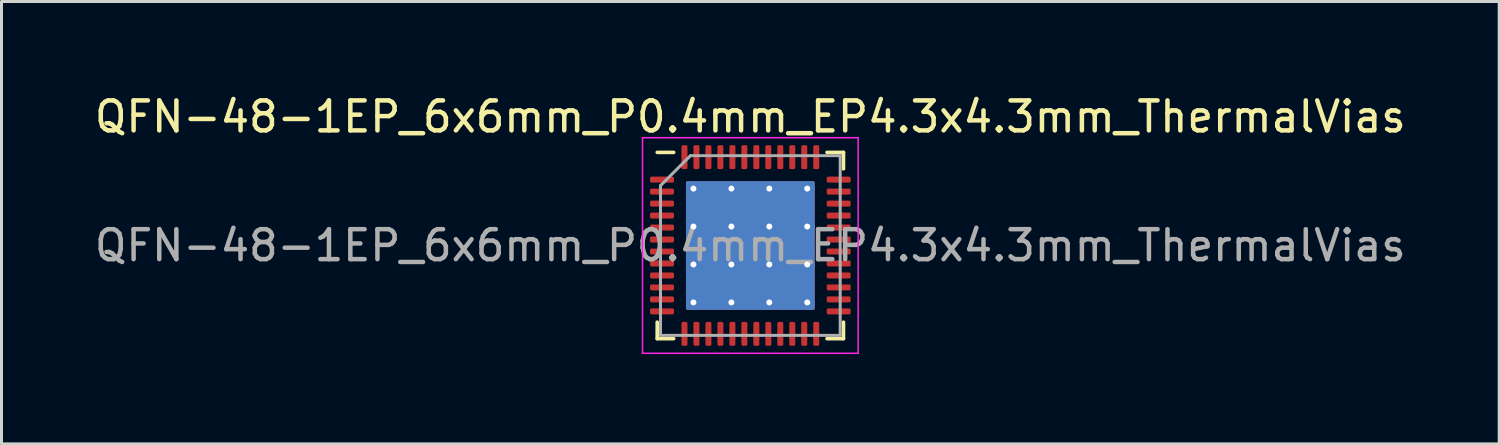
<source format=kicad_pcb>
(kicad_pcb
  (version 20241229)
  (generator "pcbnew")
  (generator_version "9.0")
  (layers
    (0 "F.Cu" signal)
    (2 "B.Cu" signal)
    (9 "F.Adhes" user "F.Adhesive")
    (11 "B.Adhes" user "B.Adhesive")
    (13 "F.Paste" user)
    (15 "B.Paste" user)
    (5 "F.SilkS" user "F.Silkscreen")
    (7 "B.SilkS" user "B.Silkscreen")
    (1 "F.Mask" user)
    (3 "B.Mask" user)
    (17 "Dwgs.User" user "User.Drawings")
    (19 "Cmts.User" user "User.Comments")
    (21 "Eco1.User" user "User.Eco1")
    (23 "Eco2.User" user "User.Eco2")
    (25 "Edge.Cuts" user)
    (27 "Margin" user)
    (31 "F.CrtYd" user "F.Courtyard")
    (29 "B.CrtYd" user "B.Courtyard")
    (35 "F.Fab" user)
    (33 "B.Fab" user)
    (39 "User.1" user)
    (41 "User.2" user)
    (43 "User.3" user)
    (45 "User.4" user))
  (footprint "QFN-48-1EP_6x6mm_P0.4mm_EP4.3x4.3mm_ThermalVias"
    (layer "F.Cu")
    (at 22.006 5.148)
    (property "Reference" "QFN-48-1EP_6x6mm_P0.4mm_EP4.3x4.3mm_ThermalVias" (at 0 -4.3 0) (layer "F.SilkS") (effects (font (size 1 1) (thickness 0.15))))
    (attr smd)
    (fp_line (start -3.11 3.11) (end -3.11 2.56) (stroke (width 0.12) (type solid)) (layer "F.SilkS"))
    (fp_line (start -2.56 -3.11) (end -3.11 -3.11) (stroke (width 0.12) (type solid)) (layer "F.SilkS"))
    (fp_line (start -2.56 3.11) (end -3.11 3.11) (stroke (width 0.12) (type solid)) (layer "F.SilkS"))
    (fp_line (start 2.56 -3.11) (end 3.11 -3.11) (stroke (width 0.12) (type solid)) (layer "F.SilkS"))
    (fp_line (start 2.56 3.11) (end 3.11 3.11) (stroke (width 0.12) (type solid)) (layer "F.SilkS"))
    (fp_line (start 3.11 -3.11) (end 3.11 -2.56) (stroke (width 0.12) (type solid)) (layer "F.SilkS"))
    (fp_line (start 3.11 3.11) (end 3.11 2.56) (stroke (width 0.12) (type solid)) (layer "F.SilkS"))
    (fp_line (start -3.6 -3.6) (end -3.6 3.6) (stroke (width 0.05) (type solid)) (layer "F.CrtYd"))
    (fp_line (start -3.6 3.6) (end 3.6 3.6) (stroke (width 0.05) (type solid)) (layer "F.CrtYd"))
    (fp_line (start 3.6 -3.6) (end -3.6 -3.6) (stroke (width 0.05) (type solid)) (layer "F.CrtYd"))
    (fp_line (start 3.6 3.6) (end 3.6 -3.6) (stroke (width 0.05) (type solid)) (layer "F.CrtYd"))
    (fp_line (start -3 -2) (end -2 -3) (stroke (width 0.1) (type solid)) (layer "F.Fab"))
    (fp_line (start -3 3) (end -3 -2) (stroke (width 0.1) (type solid)) (layer "F.Fab"))
    (fp_line (start -2 -3) (end 3 -3) (stroke (width 0.1) (type solid)) (layer "F.Fab"))
    (fp_line (start 3 -3) (end 3 3) (stroke (width 0.1) (type solid)) (layer "F.Fab"))
    (fp_line (start 3 3) (end -3 3) (stroke (width 0.1) (type solid)) (layer "F.Fab"))
    (fp_text user "${REFERENCE}" (at 0 0 0) (layer "F.Fab") (effects (font (size 1 1) (thickness 0.15))))
    (pad "" smd custom (at -1.267 -1.267) (size 1.034 1.034) (layers "F.Paste") (options (anchor circle)) (primitives (gr_poly (pts (xy -0.456 -0.356) (xy -0.356 -0.456) (xy 0.356 -0.456) (xy 0.456 -0.356) (xy 0.456 0.356) (xy 0.356 0.456) (xy -0.356 0.456) (xy -0.456 0.356)) (width 0.243) (fill yes))))
    (pad "" smd custom (at -1.267 0) (size 1.034 1.034) (layers "F.Paste") (options (anchor circle)) (primitives (gr_poly (pts (xy -0.456 -0.356) (xy -0.356 -0.456) (xy 0.356 -0.456) (xy 0.456 -0.356) (xy 0.456 0.356) (xy 0.356 0.456) (xy -0.356 0.456) (xy -0.456 0.356)) (width 0.243) (fill yes))))
    (pad "" smd custom (at -1.267 1.267) (size 1.034 1.034) (layers "F.Paste") (options (anchor circle)) (primitives (gr_poly (pts (xy -0.456 -0.356) (xy -0.356 -0.456) (xy 0.356 -0.456) (xy 0.456 -0.356) (xy 0.456 0.356) (xy 0.356 0.456) (xy -0.356 0.456) (xy -0.456 0.356)) (width 0.243) (fill yes))))
    (pad "" smd custom (at 0 -1.267) (size 1.034 1.034) (layers "F.Paste") (options (anchor circle)) (primitives (gr_poly (pts (xy -0.456 -0.356) (xy -0.356 -0.456) (xy 0.356 -0.456) (xy 0.456 -0.356) (xy 0.456 0.356) (xy 0.356 0.456) (xy -0.356 0.456) (xy -0.456 0.356)) (width 0.243) (fill yes))))
    (pad "" smd custom (at 0 0) (size 1.034 1.034) (layers "F.Paste") (options (anchor circle)) (primitives (gr_poly (pts (xy -0.456 -0.356) (xy -0.356 -0.456) (xy 0.356 -0.456) (xy 0.456 -0.356) (xy 0.456 0.356) (xy 0.356 0.456) (xy -0.356 0.456) (xy -0.456 0.356)) (width 0.243) (fill yes))))
    (pad "" smd custom (at 0 1.267) (size 1.034 1.034) (layers "F.Paste") (options (anchor circle)) (primitives (gr_poly (pts (xy -0.456 -0.356) (xy -0.356 -0.456) (xy 0.356 -0.456) (xy 0.456 -0.356) (xy 0.456 0.356) (xy 0.356 0.456) (xy -0.356 0.456) (xy -0.456 0.356)) (width 0.243) (fill yes))))
    (pad "" smd custom (at 1.267 -1.267) (size 1.034 1.034) (layers "F.Paste") (options (anchor circle)) (primitives (gr_poly (pts (xy -0.456 -0.356) (xy -0.356 -0.456) (xy 0.356 -0.456) (xy 0.456 -0.356) (xy 0.456 0.356) (xy 0.356 0.456) (xy -0.356 0.456) (xy -0.456 0.356)) (width 0.243) (fill yes))))
    (pad "" smd custom (at 1.267 0) (size 1.034 1.034) (layers "F.Paste") (options (anchor circle)) (primitives (gr_poly (pts (xy -0.456 -0.356) (xy -0.356 -0.456) (xy 0.356 -0.456) (xy 0.456 -0.356) (xy 0.456 0.356) (xy 0.356 0.456) (xy -0.356 0.456) (xy -0.456 0.356)) (width 0.243) (fill yes))))
    (pad "" smd custom (at 1.267 1.267) (size 1.034 1.034) (layers "F.Paste") (options (anchor circle)) (primitives (gr_poly (pts (xy -0.456 -0.356) (xy -0.356 -0.456) (xy 0.356 -0.456) (xy 0.456 -0.356) (xy 0.456 0.356) (xy 0.356 0.456) (xy -0.356 0.456) (xy -0.456 0.356)) (width 0.243) (fill yes))))
    (pad "1" smd roundrect (at -2.95 -2.2) (size 0.8 0.2) (layers "F.Cu" "F.Mask" "F.Paste") (roundrect_rratio 0.25))
    (pad "2" smd roundrect (at -2.95 -1.8) (size 0.8 0.2) (layers "F.Cu" "F.Mask" "F.Paste") (roundrect_rratio 0.25))
    (pad "3" smd roundrect (at -2.95 -1.4) (size 0.8 0.2) (layers "F.Cu" "F.Mask" "F.Paste") (roundrect_rratio 0.25))
    (pad "4" smd roundrect (at -2.95 -1) (size 0.8 0.2) (layers "F.Cu" "F.Mask" "F.Paste") (roundrect_rratio 0.25))
    (pad "5" smd roundrect (at -2.95 -0.6) (size 0.8 0.2) (layers "F.Cu" "F.Mask" "F.Paste") (roundrect_rratio 0.25))
    (pad "6" smd roundrect (at -2.95 -0.2) (size 0.8 0.2) (layers "F.Cu" "F.Mask" "F.Paste") (roundrect_rratio 0.25))
    (pad "7" smd roundrect (at -2.95 0.2) (size 0.8 0.2) (layers "F.Cu" "F.Mask" "F.Paste") (roundrect_rratio 0.25))
    (pad "8" smd roundrect (at -2.95 0.6) (size 0.8 0.2) (layers "F.Cu" "F.Mask" "F.Paste") (roundrect_rratio 0.25))
    (pad "9" smd roundrect (at -2.95 1) (size 0.8 0.2) (layers "F.Cu" "F.Mask" "F.Paste") (roundrect_rratio 0.25))
    (pad "10" smd roundrect (at -2.95 1.4) (size 0.8 0.2) (layers "F.Cu" "F.Mask" "F.Paste") (roundrect_rratio 0.25))
    (pad "11" smd roundrect (at -2.95 1.8) (size 0.8 0.2) (layers "F.Cu" "F.Mask" "F.Paste") (roundrect_rratio 0.25))
    (pad "12" smd roundrect (at -2.95 2.2) (size 0.8 0.2) (layers "F.Cu" "F.Mask" "F.Paste") (roundrect_rratio 0.25))
    (pad "13" smd roundrect (at -2.2 2.95) (size 0.2 0.8) (layers "F.Cu" "F.Mask" "F.Paste") (roundrect_rratio 0.25))
    (pad "14" smd roundrect (at -1.8 2.95) (size 0.2 0.8) (layers "F.Cu" "F.Mask" "F.Paste") (roundrect_rratio 0.25))
    (pad "15" smd roundrect (at -1.4 2.95) (size 0.2 0.8) (layers "F.Cu" "F.Mask" "F.Paste") (roundrect_rratio 0.25))
    (pad "16" smd roundrect (at -1 2.95) (size 0.2 0.8) (layers "F.Cu" "F.Mask" "F.Paste") (roundrect_rratio 0.25))
    (pad "17" smd roundrect (at -0.6 2.95) (size 0.2 0.8) (layers "F.Cu" "F.Mask" "F.Paste") (roundrect_rratio 0.25))
    (pad "18" smd roundrect (at -0.2 2.95) (size 0.2 0.8) (layers "F.Cu" "F.Mask" "F.Paste") (roundrect_rratio 0.25))
    (pad "19" smd roundrect (at 0.2 2.95) (size 0.2 0.8) (layers "F.Cu" "F.Mask" "F.Paste") (roundrect_rratio 0.25))
    (pad "20" smd roundrect (at 0.6 2.95) (size 0.2 0.8) (layers "F.Cu" "F.Mask" "F.Paste") (roundrect_rratio 0.25))
    (pad "21" smd roundrect (at 1 2.95) (size 0.2 0.8) (layers "F.Cu" "F.Mask" "F.Paste") (roundrect_rratio 0.25))
    (pad "22" smd roundrect (at 1.4 2.95) (size 0.2 0.8) (layers "F.Cu" "F.Mask" "F.Paste") (roundrect_rratio 0.25))
    (pad "23" smd roundrect (at 1.8 2.95) (size 0.2 0.8) (layers "F.Cu" "F.Mask" "F.Paste") (roundrect_rratio 0.25))
    (pad "24" smd roundrect (at 2.2 2.95) (size 0.2 0.8) (layers "F.Cu" "F.Mask" "F.Paste") (roundrect_rratio 0.25))
    (pad "25" smd roundrect (at 2.95 2.2) (size 0.8 0.2) (layers "F.Cu" "F.Mask" "F.Paste") (roundrect_rratio 0.25))
    (pad "26" smd roundrect (at 2.95 1.8) (size 0.8 0.2) (layers "F.Cu" "F.Mask" "F.Paste") (roundrect_rratio 0.25))
    (pad "27" smd roundrect (at 2.95 1.4) (size 0.8 0.2) (layers "F.Cu" "F.Mask" "F.Paste") (roundrect_rratio 0.25))
    (pad "28" smd roundrect (at 2.95 1) (size 0.8 0.2) (layers "F.Cu" "F.Mask" "F.Paste") (roundrect_rratio 0.25))
    (pad "29" smd roundrect (at 2.95 0.6) (size 0.8 0.2) (layers "F.Cu" "F.Mask" "F.Paste") (roundrect_rratio 0.25))
    (pad "30" smd roundrect (at 2.95 0.2) (size 0.8 0.2) (layers "F.Cu" "F.Mask" "F.Paste") (roundrect_rratio 0.25))
    (pad "31" smd roundrect (at 2.95 -0.2) (size 0.8 0.2) (layers "F.Cu" "F.Mask" "F.Paste") (roundrect_rratio 0.25))
    (pad "32" smd roundrect (at 2.95 -0.6) (size 0.8 0.2) (layers "F.Cu" "F.Mask" "F.Paste") (roundrect_rratio 0.25))
    (pad "33" smd roundrect (at 2.95 -1) (size 0.8 0.2) (layers "F.Cu" "F.Mask" "F.Paste") (roundrect_rratio 0.25))
    (pad "34" smd roundrect (at 2.95 -1.4) (size 0.8 0.2) (layers "F.Cu" "F.Mask" "F.Paste") (roundrect_rratio 0.25))
    (pad "35" smd roundrect (at 2.95 -1.8) (size 0.8 0.2) (layers "F.Cu" "F.Mask" "F.Paste") (roundrect_rratio 0.25))
    (pad "36" smd roundrect (at 2.95 -2.2) (size 0.8 0.2) (layers "F.Cu" "F.Mask" "F.Paste") (roundrect_rratio 0.25))
    (pad "37" smd roundrect (at 2.2 -2.95) (size 0.2 0.8) (layers "F.Cu" "F.Mask" "F.Paste") (roundrect_rratio 0.25))
    (pad "38" smd roundrect (at 1.8 -2.95) (size 0.2 0.8) (layers "F.Cu" "F.Mask" "F.Paste") (roundrect_rratio 0.25))
    (pad "39" smd roundrect (at 1.4 -2.95) (size 0.2 0.8) (layers "F.Cu" "F.Mask" "F.Paste") (roundrect_rratio 0.25))
    (pad "40" smd roundrect (at 1 -2.95) (size 0.2 0.8) (layers "F.Cu" "F.Mask" "F.Paste") (roundrect_rratio 0.25))
    (pad "41" smd roundrect (at 0.6 -2.95) (size 0.2 0.8) (layers "F.Cu" "F.Mask" "F.Paste") (roundrect_rratio 0.25))
    (pad "42" smd roundrect (at 0.2 -2.95) (size 0.2 0.8) (layers "F.Cu" "F.Mask" "F.Paste") (roundrect_rratio 0.25))
    (pad "43" smd roundrect (at -0.2 -2.95) (size 0.2 0.8) (layers "F.Cu" "F.Mask" "F.Paste") (roundrect_rratio 0.25))
    (pad "44" smd roundrect (at -0.6 -2.95) (size 0.2 0.8) (layers "F.Cu" "F.Mask" "F.Paste") (roundrect_rratio 0.25))
    (pad "45" smd roundrect (at -1 -2.95) (size 0.2 0.8) (layers "F.Cu" "F.Mask" "F.Paste") (roundrect_rratio 0.25))
    (pad "46" smd roundrect (at -1.4 -2.95) (size 0.2 0.8) (layers "F.Cu" "F.Mask" "F.Paste") (roundrect_rratio 0.25))
    (pad "47" smd roundrect (at -1.8 -2.95) (size 0.2 0.8) (layers "F.Cu" "F.Mask" "F.Paste") (roundrect_rratio 0.25))
    (pad "48" smd roundrect (at -2.2 -2.95) (size 0.2 0.8) (layers "F.Cu" "F.Mask" "F.Paste") (roundrect_rratio 0.25))
    (pad "49" thru_hole circle (at -1.9 -1.9) (size 0.5 0.5) (drill 0.2) (layers "*.Cu"))
    (pad "49" thru_hole circle (at -1.9 -0.633) (size 0.5 0.5) (drill 0.2) (layers "*.Cu"))
    (pad "49" thru_hole circle (at -1.9 0.633) (size 0.5 0.5) (drill 0.2) (layers "*.Cu"))
    (pad "49" thru_hole circle (at -1.9 1.9) (size 0.5 0.5) (drill 0.2) (layers "*.Cu"))
    (pad "49" thru_hole circle (at -0.633 -1.9) (size 0.5 0.5) (drill 0.2) (layers "*.Cu"))
    (pad "49" thru_hole circle (at -0.633 -0.633) (size 0.5 0.5) (drill 0.2) (layers "*.Cu"))
    (pad "49" thru_hole circle (at -0.633 0.633) (size 0.5 0.5) (drill 0.2) (layers "*.Cu"))
    (pad "49" thru_hole circle (at -0.633 1.9) (size 0.5 0.5) (drill 0.2) (layers "*.Cu"))
    (pad "49" smd roundrect (at 0 0) (size 4.3 4.3) (layers "F.Cu" "F.Mask") (roundrect_rratio 0.012))
    (pad "49" smd roundrect (at 0 0) (size 4.3 4.3) (layers "B.Cu") (roundrect_rratio 0.012))
    (pad "49" thru_hole circle (at 0.633 -1.9) (size 0.5 0.5) (drill 0.2) (layers "*.Cu"))
    (pad "49" thru_hole circle (at 0.633 -0.633) (size 0.5 0.5) (drill 0.2) (layers "*.Cu"))
    (pad "49" thru_hole circle (at 0.633 0.633) (size 0.5 0.5) (drill 0.2) (layers "*.Cu"))
    (pad "49" thru_hole circle (at 0.633 1.9) (size 0.5 0.5) (drill 0.2) (layers "*.Cu"))
    (pad "49" thru_hole circle (at 1.9 -1.9) (size 0.5 0.5) (drill 0.2) (layers "*.Cu"))
    (pad "49" thru_hole circle (at 1.9 -0.633) (size 0.5 0.5) (drill 0.2) (layers "*.Cu"))
    (pad "49" thru_hole circle (at 1.9 0.633) (size 0.5 0.5) (drill 0.2) (layers "*.Cu"))
    (pad "49" thru_hole circle (at 1.9 1.9) (size 0.5 0.5) (drill 0.2) (layers "*.Cu")))
  (gr_rect
    (start -3 -3)
    (end 47.012 11.773)
    (stroke (width 0.1) (type default))
    (fill no)
    (layer "Edge.Cuts")))
</source>
